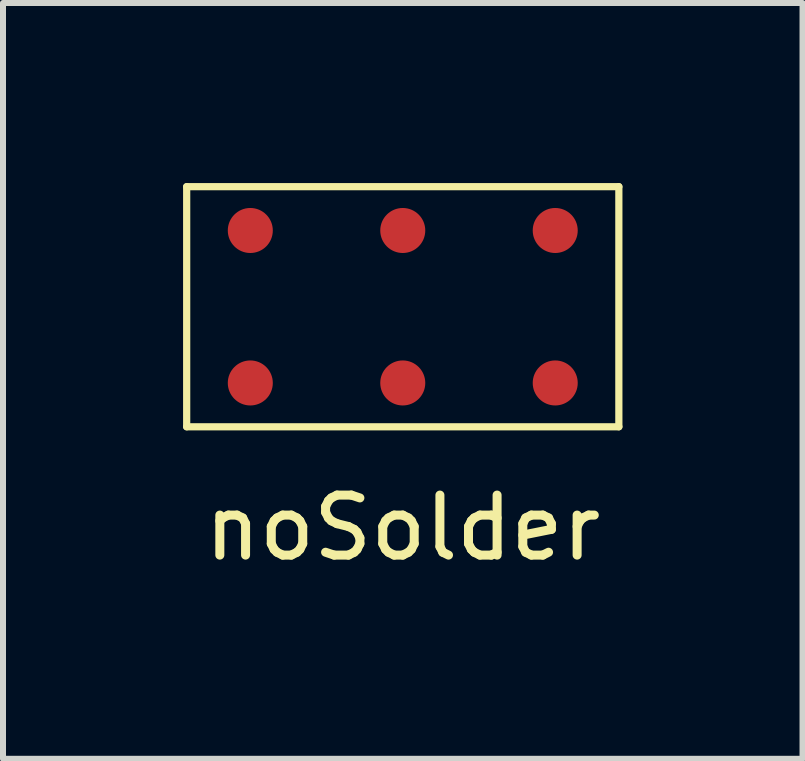
<source format=kicad_pcb>
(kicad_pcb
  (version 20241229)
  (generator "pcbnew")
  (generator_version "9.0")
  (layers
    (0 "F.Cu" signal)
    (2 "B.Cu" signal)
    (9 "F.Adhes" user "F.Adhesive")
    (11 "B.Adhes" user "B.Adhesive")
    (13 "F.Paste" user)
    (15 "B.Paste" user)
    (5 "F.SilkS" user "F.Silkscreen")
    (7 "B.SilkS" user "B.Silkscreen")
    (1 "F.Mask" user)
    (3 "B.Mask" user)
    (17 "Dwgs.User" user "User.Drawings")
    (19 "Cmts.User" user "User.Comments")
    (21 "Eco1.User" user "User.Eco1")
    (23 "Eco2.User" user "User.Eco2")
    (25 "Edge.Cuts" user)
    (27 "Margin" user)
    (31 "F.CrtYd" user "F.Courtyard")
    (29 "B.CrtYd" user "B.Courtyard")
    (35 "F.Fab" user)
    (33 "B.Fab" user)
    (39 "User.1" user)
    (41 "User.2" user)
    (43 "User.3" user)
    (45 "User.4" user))
  (footprint "noSolder"
    (layer "F.Cu")
    (at 3.66 2.06)
    (property "Reference" "noSolder" (at 0 3.683 0) (layer "F.SilkS") (effects (font (size 1 1) (thickness 0.15))))
    (attr through_hole)
    (fp_line (start -3.6 -2) (end 3.6 -2) (stroke (width 0.12) (type solid)) (layer "F.SilkS"))
    (fp_line (start -3.6 2) (end -3.6 -2) (stroke (width 0.12) (type solid)) (layer "F.SilkS"))
    (fp_line (start 3.6 -2) (end 3.6 2) (stroke (width 0.12) (type solid)) (layer "F.SilkS"))
    (fp_line (start 3.6 2) (end -3.6 2) (stroke (width 0.12) (type solid)) (layer "F.SilkS"))
    (pad "1" smd circle (at -2.54 1.27) (size 0.75 0.75) (layers "F.Cu" "F.Mask"))
    (pad "2" smd circle (at -2.54 -1.27) (size 0.75 0.75) (layers "F.Cu" "F.Mask"))
    (pad "3" smd circle (at 0 1.27) (size 0.75 0.75) (layers "F.Cu" "F.Mask"))
    (pad "4" smd circle (at 0 -1.27) (size 0.75 0.75) (layers "F.Cu" "F.Mask"))
    (pad "5" smd circle (at 2.54 1.27) (size 0.75 0.75) (layers "F.Cu" "F.Mask"))
    (pad "6" smd circle (at 2.54 -1.27) (size 0.75 0.75) (layers "F.Cu" "F.Mask")))
  (gr_rect
    (start -3 -3)
    (end 10.32 9.591)
    (stroke (width 0.1) (type default))
    (fill no)
    (layer "Edge.Cuts")))
</source>
